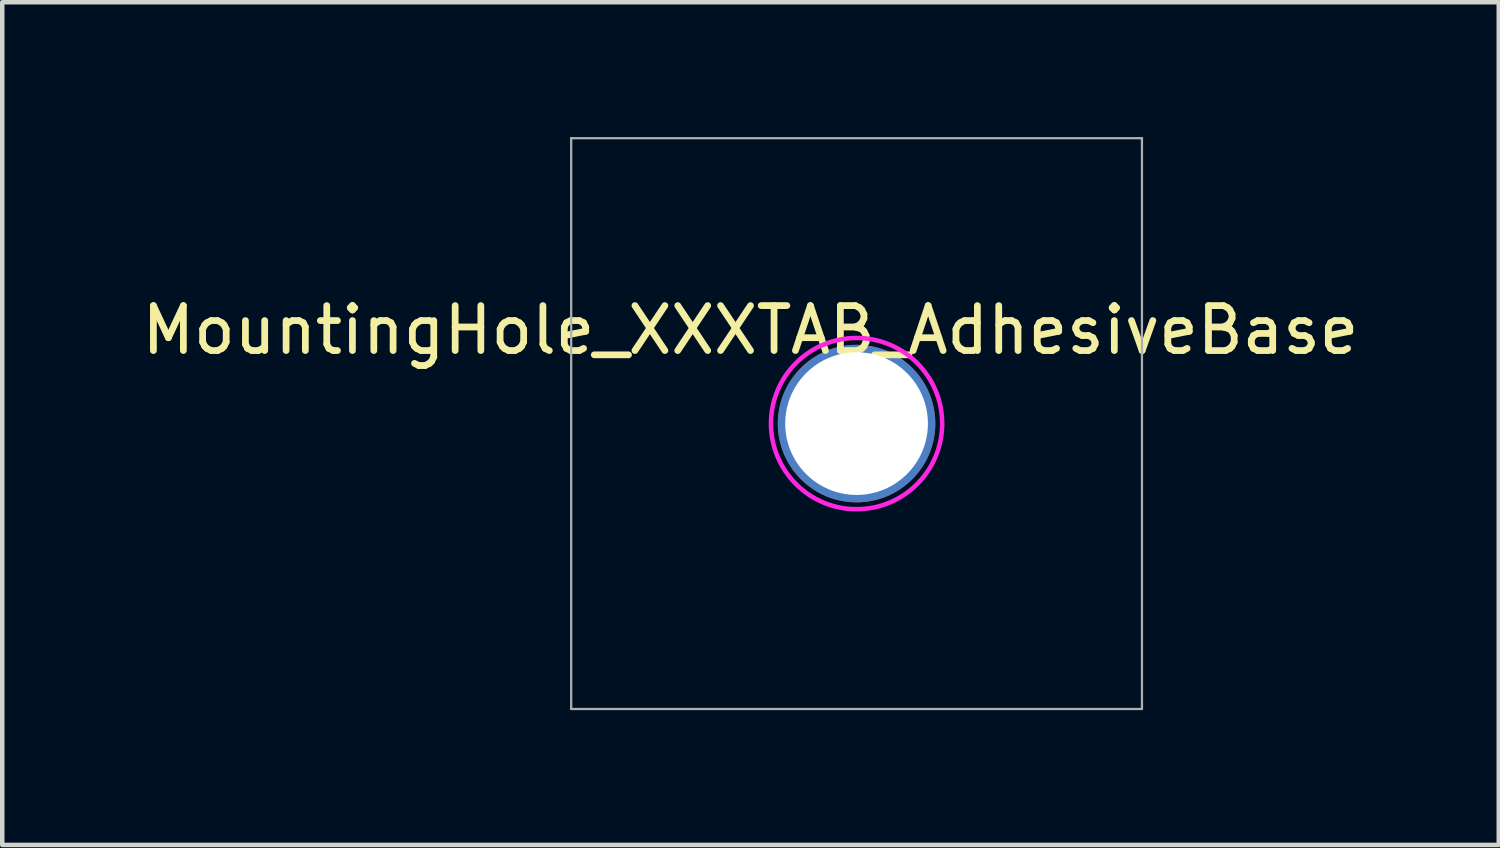
<source format=kicad_pcb>
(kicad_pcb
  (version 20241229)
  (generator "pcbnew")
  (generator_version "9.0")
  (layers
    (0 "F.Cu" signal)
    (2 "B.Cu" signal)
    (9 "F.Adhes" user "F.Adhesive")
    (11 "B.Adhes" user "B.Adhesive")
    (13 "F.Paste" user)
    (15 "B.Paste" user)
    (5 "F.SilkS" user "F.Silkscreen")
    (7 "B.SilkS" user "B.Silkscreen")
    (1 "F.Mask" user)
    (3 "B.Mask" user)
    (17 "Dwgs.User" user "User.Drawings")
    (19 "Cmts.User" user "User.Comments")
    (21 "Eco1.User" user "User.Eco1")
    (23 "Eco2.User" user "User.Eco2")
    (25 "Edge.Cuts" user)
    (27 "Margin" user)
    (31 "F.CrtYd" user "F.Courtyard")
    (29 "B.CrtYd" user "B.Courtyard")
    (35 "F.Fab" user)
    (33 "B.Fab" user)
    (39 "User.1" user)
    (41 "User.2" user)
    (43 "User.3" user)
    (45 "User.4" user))
  (footprint "MountingHole_XXXTAB_AdhesiveBase"
    (layer "F.Cu")
    (at 16.009 6.375)
    (property "Reference" "MountingHole_XXXTAB_AdhesiveBase" (at -2.36 -2.08 0) (layer "F.SilkS") (effects (font (size 1 1) (thickness 0.15))))
    (attr through_hole)
    (fp_circle (center 0 0) (end 1.905 0) (stroke (width 0.1) (type solid)) (fill no) (layer "F.CrtYd"))
    (fp_line (start -6.35 -6.35) (end -6.35 6.35) (stroke (width 0.05) (type solid)) (layer "F.Fab"))
    (fp_line (start -6.35 -6.35) (end 6.35 -6.35) (stroke (width 0.05) (type solid)) (layer "F.Fab"))
    (fp_line (start -6.35 6.35) (end 6.35 6.35) (stroke (width 0.05) (type solid)) (layer "F.Fab"))
    (fp_line (start 6.35 -6.35) (end 6.35 6.35) (stroke (width 0.05) (type solid)) (layer "F.Fab"))
    (pad "1" thru_hole circle (at 0 0) (size 3.505 3.505) (drill 3.175) (layers "*.Cu")))
  (gr_rect
    (start -3 -3)
    (end 30.298 15.75)
    (stroke (width 0.1) (type default))
    (fill no)
    (layer "Edge.Cuts")))
</source>
